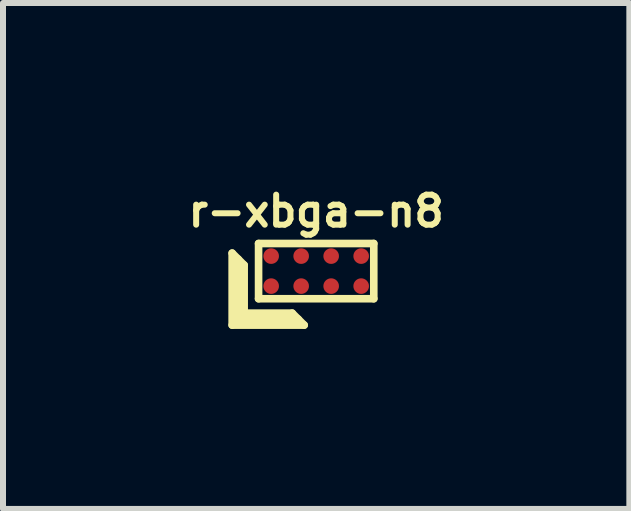
<source format=kicad_pcb>
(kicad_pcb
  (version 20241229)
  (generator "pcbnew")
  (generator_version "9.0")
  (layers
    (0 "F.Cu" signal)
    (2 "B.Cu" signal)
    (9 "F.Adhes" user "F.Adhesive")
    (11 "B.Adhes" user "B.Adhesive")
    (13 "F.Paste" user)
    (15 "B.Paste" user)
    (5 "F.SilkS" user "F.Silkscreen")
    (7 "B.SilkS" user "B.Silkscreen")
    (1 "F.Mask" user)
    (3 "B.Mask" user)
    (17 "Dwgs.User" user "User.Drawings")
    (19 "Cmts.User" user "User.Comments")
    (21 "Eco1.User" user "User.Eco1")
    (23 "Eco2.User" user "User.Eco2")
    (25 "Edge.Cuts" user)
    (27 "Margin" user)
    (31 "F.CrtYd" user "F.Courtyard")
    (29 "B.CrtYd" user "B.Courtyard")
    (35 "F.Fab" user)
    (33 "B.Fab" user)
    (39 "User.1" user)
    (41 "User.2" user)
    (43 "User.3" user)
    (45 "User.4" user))
  (footprint "r-xbga-n8"
    (layer "F.Cu")
    (at 2.219 1.468)
    (property "Reference" "r-xbga-n8" (at 0 -1 0) (layer "F.SilkS") (effects (font (size 0.5 0.5) (thickness 0.1))))
    (attr smd)
    (fp_line (start -1.4 -0.3) (end -1.2 -0.1) (stroke (width 0.127) (type solid)) (layer "F.SilkS"))
    (fp_line (start -1.4 0.9) (end -1.4 -0.3) (stroke (width 0.127) (type solid)) (layer "F.SilkS"))
    (fp_line (start -1.3 -0.2) (end -1.3 0.8) (stroke (width 0.127) (type solid)) (layer "F.SilkS"))
    (fp_line (start -1.3 0.8) (end -0.3 0.8) (stroke (width 0.127) (type solid)) (layer "F.SilkS"))
    (fp_line (start -1.2 -0.1) (end -1.2 0.7) (stroke (width 0.127) (type solid)) (layer "F.SilkS"))
    (fp_line (start -1.2 0.7) (end -0.4 0.7) (stroke (width 0.127) (type solid)) (layer "F.SilkS"))
    (fp_line (start -0.96 -0.46) (end -0.96 0.46) (stroke (width 0.127) (type solid)) (layer "F.SilkS"))
    (fp_line (start -0.96 -0.46) (end 0.96 -0.46) (stroke (width 0.127) (type solid)) (layer "F.SilkS"))
    (fp_line (start -0.96 0.46) (end 0.96 0.46) (stroke (width 0.127) (type solid)) (layer "F.SilkS"))
    (fp_line (start -0.4 0.7) (end -0.2 0.9) (stroke (width 0.127) (type solid)) (layer "F.SilkS"))
    (fp_line (start -0.2 0.9) (end -1.4 0.9) (stroke (width 0.127) (type solid)) (layer "F.SilkS"))
    (fp_line (start 0.96 -0.46) (end 0.96 0.46) (stroke (width 0.127) (type solid)) (layer "F.SilkS"))
    (pad "A1" smd circle (at -0.75 0.25) (size 0.26 0.26) (layers "F.Cu" "F.Mask" "F.Paste"))
    (pad "A2" smd circle (at -0.75 -0.25) (size 0.26 0.26) (layers "F.Cu" "F.Mask" "F.Paste"))
    (pad "B1" smd circle (at -0.25 0.25) (size 0.26 0.26) (layers "F.Cu" "F.Mask" "F.Paste"))
    (pad "B2" smd circle (at -0.25 -0.25) (size 0.26 0.26) (layers "F.Cu" "F.Mask" "F.Paste"))
    (pad "C1" smd circle (at 0.25 0.25) (size 0.26 0.26) (layers "F.Cu" "F.Mask" "F.Paste"))
    (pad "C2" smd circle (at 0.25 -0.25) (size 0.26 0.26) (layers "F.Cu" "F.Mask" "F.Paste"))
    (pad "D1" smd circle (at 0.75 0.25) (size 0.26 0.26) (layers "F.Cu" "F.Mask" "F.Paste"))
    (pad "D2" smd circle (at 0.75 -0.25) (size 0.26 0.26) (layers "F.Cu" "F.Mask" "F.Paste")))
  (gr_rect
    (start -3 -3)
    (end 7.438 5.431)
    (stroke (width 0.1) (type default))
    (fill no)
    (layer "Edge.Cuts")))
</source>
